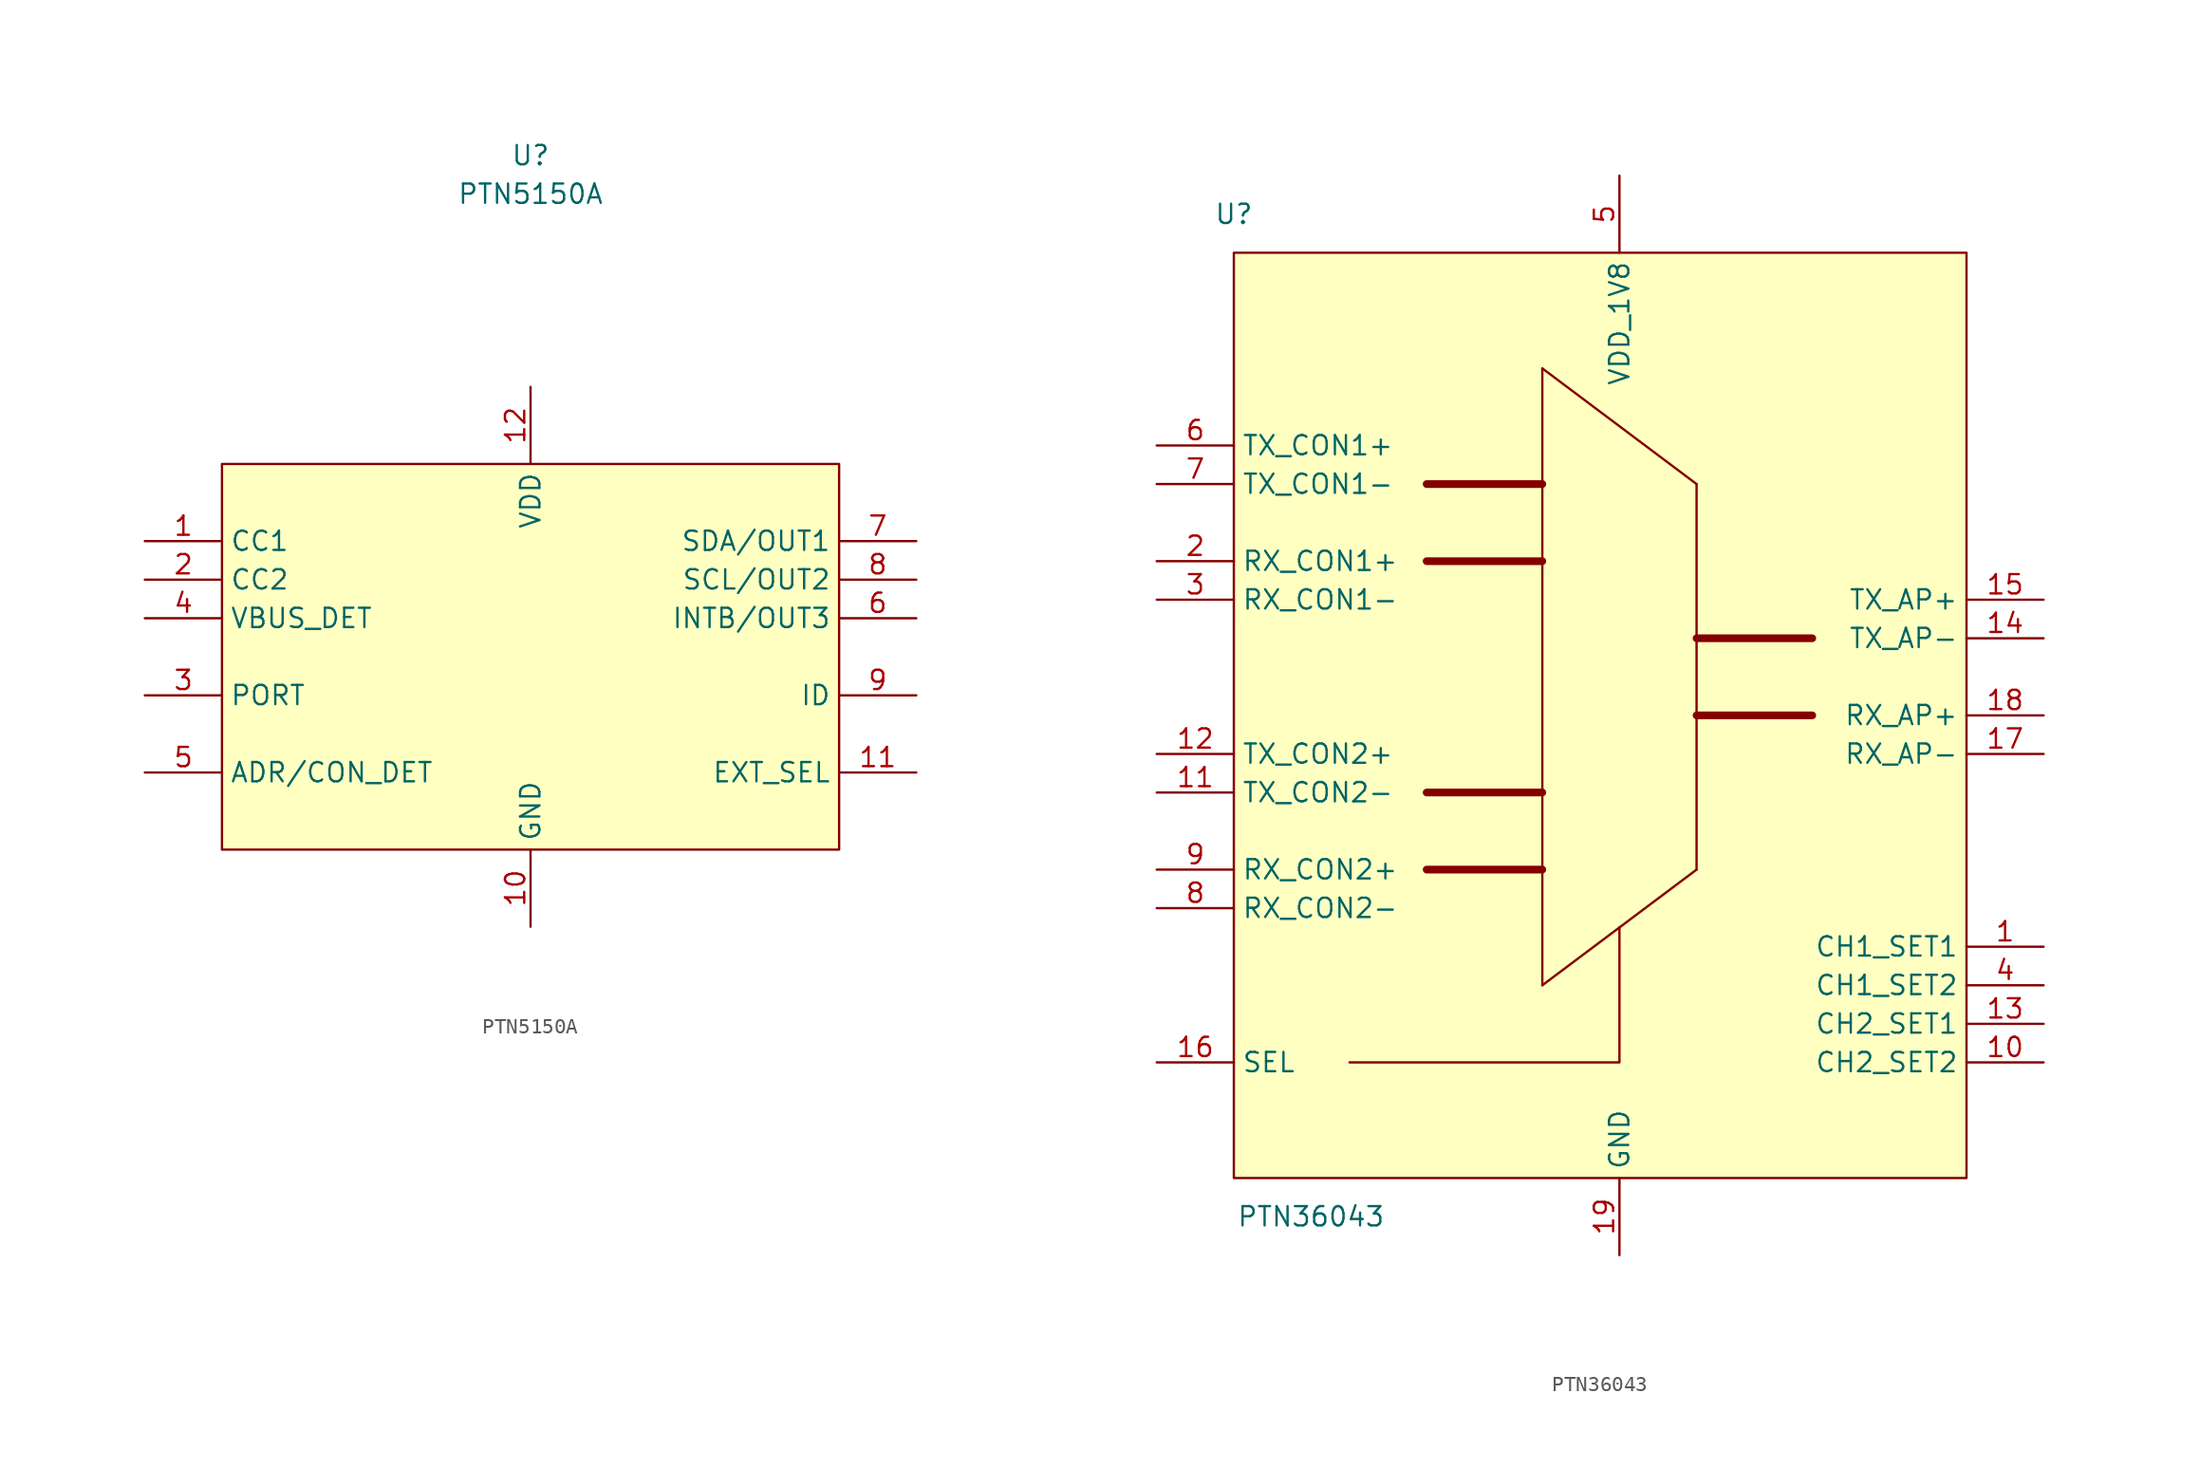
<source format=kicad_sym>
(kicad_symbol_lib
  (version 20211014)
  (generator kicad_symbol_editor)
  (symbol "PTN5150A"
    (property "Reference" "U"
      (at 0 33.02 0)
      (effects (font (size 1.27 1.27))))
    (property "Value" "PTN5150A"
      (at 0 30.48 0)
      (effects (font (size 1.27 1.27))))
    (symbol "PTN5150A_0_1"
      (rectangle (start -20.32 12.7) (end 20.32 -12.7) (stroke (width 0) (type default) (color 0 0 0 0)) (fill (type background))))
    (symbol "PTN5150A_1_1"
      (pin bidirectional line (at -25.4 7.62 0) (length 5.08) (name "CC1" (effects (font (size 1.27 1.27)))) (number "1" (effects (font (size 1.27 1.27)))))
      (pin power_in line (at 0 -17.78 90) (length 5.08) (name "GND" (effects (font (size 1.27 1.27)))) (number "10" (effects (font (size 1.27 1.27)))))
      (pin open_collector line (at 25.4 -7.62 180) (length 5.08) (name "EXT_SEL" (effects (font (size 1.27 1.27)))) (number "11" (effects (font (size 1.27 1.27)))))
      (pin power_in line (at 0 17.78 270) (length 5.08) (name "VDD" (effects (font (size 1.27 1.27)))) (number "12" (effects (font (size 1.27 1.27)))))
      (pin bidirectional line (at -25.4 5.08 0) (length 5.08) (name "CC2" (effects (font (size 1.27 1.27)))) (number "2" (effects (font (size 1.27 1.27)))))
      (pin input line (at -25.4 -2.54 0) (length 5.08) (name "PORT" (effects (font (size 1.27 1.27)))) (number "3" (effects (font (size 1.27 1.27)))))
      (pin input line (at -25.4 2.54 0) (length 5.08) (name "VBUS_DET" (effects (font (size 1.27 1.27)))) (number "4" (effects (font (size 1.27 1.27)))))
      (pin input line (at -25.4 -7.62 0) (length 5.08) (name "ADR/CON_DET" (effects (font (size 1.27 1.27)))) (number "5" (effects (font (size 1.27 1.27)))))
      (pin open_collector line (at 25.4 2.54 180) (length 5.08) (name "INTB/OUT3" (effects (font (size 1.27 1.27)))) (number "6" (effects (font (size 1.27 1.27)))))
      (pin open_collector line (at 25.4 7.62 180) (length 5.08) (name "SDA/OUT1" (effects (font (size 1.27 1.27)))) (number "7" (effects (font (size 1.27 1.27)))))
      (pin open_collector line (at 25.4 5.08 180) (length 5.08) (name "SCL/OUT2" (effects (font (size 1.27 1.27)))) (number "8" (effects (font (size 1.27 1.27)))))
      (pin open_collector line (at 25.4 -2.54 180) (length 5.08) (name "ID" (effects (font (size 1.27 1.27)))) (number "9" (effects (font (size 1.27 1.27)))))))
  (symbol "PTN36043"
    (property "Reference" "U"
      (at -22.86 20.32 0)
      (effects (font (size 1.27 1.27))))
    (property "Value" "PTN36043"
      (at -17.78 -45.72 0)
      (effects (font (size 1.27 1.27))))
    (symbol "PTN36043_0_1"
      (rectangle (start -22.86 17.78) (end 25.4 -43.18) (stroke (width 0) (type default) (color 0 0 0 0)) (fill (type background)))
      (polyline (pts (xy -10.16 -22.86) (xy -2.54 -22.86)) (stroke (width 0.508) (type default) (color 0 0 0 0)) (fill (type none)))
      (polyline (pts (xy -10.16 -17.78) (xy -2.54 -17.78)) (stroke (width 0.508) (type default) (color 0 0 0 0)) (fill (type none)))
      (polyline (pts (xy -10.16 -2.54) (xy -2.54 -2.54)) (stroke (width 0.508) (type default) (color 0 0 0 0)) (fill (type none)))
      (polyline (pts (xy -10.16 2.54) (xy -2.54 2.54)) (stroke (width 0.508) (type default) (color 0 0 0 0)) (fill (type none)))
      (polyline (pts (xy -2.54 -30.48) (xy 7.62 -22.86)) (stroke (width 0) (type default) (color 0 0 0 0)) (fill (type none)))
      (polyline (pts (xy -2.54 10.16) (xy -2.54 -30.48)) (stroke (width 0) (type default) (color 0 0 0 0)) (fill (type none)))
      (polyline (pts (xy -2.54 10.16) (xy 7.62 2.54)) (stroke (width 0) (type default) (color 0 0 0 0)) (fill (type none)))
      (polyline (pts (xy 7.62 -12.7) (xy 15.24 -12.7)) (stroke (width 0.508) (type default) (color 0 0 0 0)) (fill (type none)))
      (polyline (pts (xy 7.62 -7.62) (xy 15.24 -7.62)) (stroke (width 0.508) (type default) (color 0 0 0 0)) (fill (type none)))
      (polyline (pts (xy 7.62 2.54) (xy 7.62 -22.86)) (stroke (width 0) (type default) (color 0 0 0 0)) (fill (type none)))
      (polyline (pts (xy 2.54 -26.67) (xy 2.54 -35.56) (xy -15.24 -35.56)) (stroke (width 0) (type default) (color 0 0 0 0)) (fill (type none))))
    (symbol "PTN36043_1_1"
      (pin input line (at 30.48 -27.94 180) (length 5.08) (name "CH1_SET1" (effects (font (size 1.27 1.27)))) (number "1" (effects (font (size 1.27 1.27)))))
      (pin input line (at 30.48 -35.56 180) (length 5.08) (name "CH2_SET2" (effects (font (size 1.27 1.27)))) (number "10" (effects (font (size 1.27 1.27)))))
      (pin output line (at -27.94 -17.78 0) (length 5.08) (name "TX_CON2-" (effects (font (size 1.27 1.27)))) (number "11" (effects (font (size 1.27 1.27)))))
      (pin output line (at -27.94 -15.24 0) (length 5.08) (name "TX_CON2+" (effects (font (size 1.27 1.27)))) (number "12" (effects (font (size 1.27 1.27)))))
      (pin input line (at 30.48 -33.02 180) (length 5.08) (name "CH2_SET1" (effects (font (size 1.27 1.27)))) (number "13" (effects (font (size 1.27 1.27)))))
      (pin input line (at 30.48 -7.62 180) (length 5.08) (name "TX_AP-" (effects (font (size 1.27 1.27)))) (number "14" (effects (font (size 1.27 1.27)))))
      (pin input line (at 30.48 -5.08 180) (length 5.08) (name "TX_AP+" (effects (font (size 1.27 1.27)))) (number "15" (effects (font (size 1.27 1.27)))))
      (pin input line (at -27.94 -35.56 0) (length 5.08) (name "SEL" (effects (font (size 1.27 1.27)))) (number "16" (effects (font (size 1.27 1.27)))))
      (pin output line (at 30.48 -15.24 180) (length 5.08) (name "RX_AP-" (effects (font (size 1.27 1.27)))) (number "17" (effects (font (size 1.27 1.27)))))
      (pin output line (at 30.48 -12.7 180) (length 5.08) (name "RX_AP+" (effects (font (size 1.27 1.27)))) (number "18" (effects (font (size 1.27 1.27)))))
      (pin input line (at 2.54 -48.26 90) (length 5.08) (name "GND" (effects (font (size 1.27 1.27)))) (number "19" (effects (font (size 1.27 1.27)))))
      (pin input line (at -27.94 -2.54 0) (length 5.08) (name "RX_CON1+" (effects (font (size 1.27 1.27)))) (number "2" (effects (font (size 1.27 1.27)))))
      (pin input line (at -27.94 -5.08 0) (length 5.08) (name "RX_CON1-" (effects (font (size 1.27 1.27)))) (number "3" (effects (font (size 1.27 1.27)))))
      (pin input line (at 30.48 -30.48 180) (length 5.08) (name "CH1_SET2" (effects (font (size 1.27 1.27)))) (number "4" (effects (font (size 1.27 1.27)))))
      (pin input line (at 2.54 22.86 270) (length 5.08) (name "VDD_1V8" (effects (font (size 1.27 1.27)))) (number "5" (effects (font (size 1.27 1.27)))))
      (pin output line (at -27.94 5.08 0) (length 5.08) (name "TX_CON1+" (effects (font (size 1.27 1.27)))) (number "6" (effects (font (size 1.27 1.27)))))
      (pin output line (at -27.94 2.54 0) (length 5.08) (name "TX_CON1-" (effects (font (size 1.27 1.27)))) (number "7" (effects (font (size 1.27 1.27)))))
      (pin input line (at -27.94 -25.4 0) (length 5.08) (name "RX_CON2-" (effects (font (size 1.27 1.27)))) (number "8" (effects (font (size 1.27 1.27)))))
      (pin input line (at -27.94 -22.86 0) (length 5.08) (name "RX_CON2+" (effects (font (size 1.27 1.27)))) (number "9" (effects (font (size 1.27 1.27))))))))
</source>
